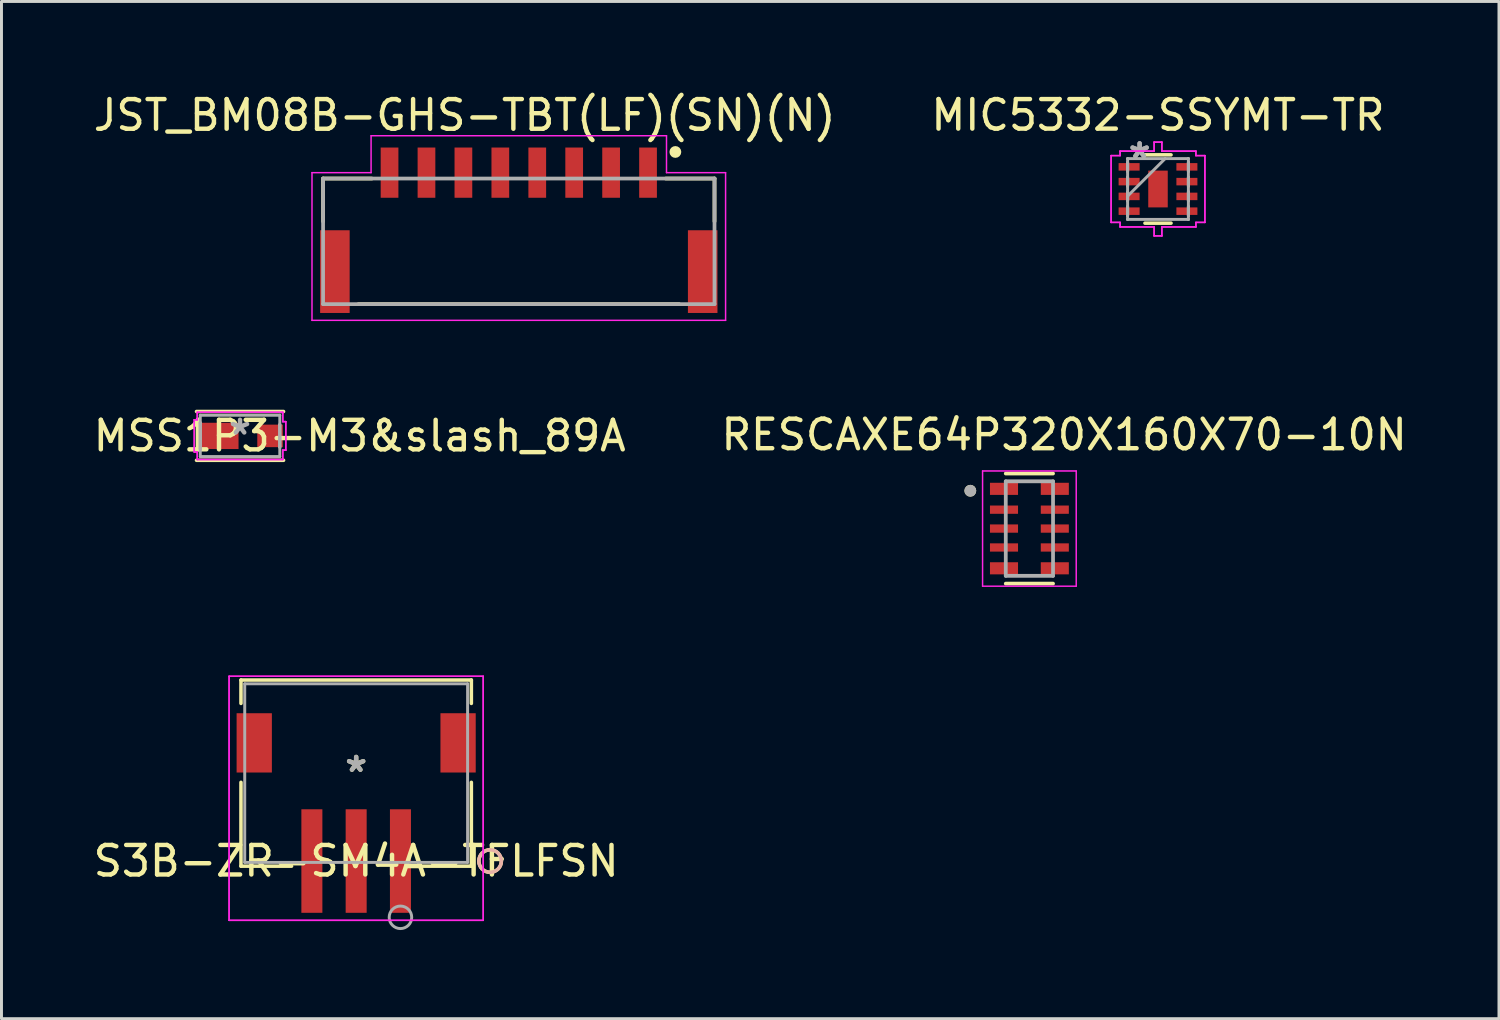
<source format=kicad_pcb>
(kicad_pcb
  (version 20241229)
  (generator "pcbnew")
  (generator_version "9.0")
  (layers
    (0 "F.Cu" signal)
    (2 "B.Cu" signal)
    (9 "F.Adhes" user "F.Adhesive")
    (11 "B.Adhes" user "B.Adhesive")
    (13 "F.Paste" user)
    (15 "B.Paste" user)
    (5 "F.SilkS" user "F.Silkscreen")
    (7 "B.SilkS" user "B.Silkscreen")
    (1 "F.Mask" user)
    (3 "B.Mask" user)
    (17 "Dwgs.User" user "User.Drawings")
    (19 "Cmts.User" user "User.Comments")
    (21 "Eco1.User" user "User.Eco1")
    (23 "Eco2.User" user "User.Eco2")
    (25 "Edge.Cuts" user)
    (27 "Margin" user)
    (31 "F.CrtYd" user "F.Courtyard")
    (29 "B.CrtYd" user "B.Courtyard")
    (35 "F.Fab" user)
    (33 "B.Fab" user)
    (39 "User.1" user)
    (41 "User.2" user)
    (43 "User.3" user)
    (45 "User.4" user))
  (footprint "RESCAXE64P320X160X70-10N"
    (layer "F.Cu")
    (at 31.795 14.842)
    (property "Reference" "RESCAXE64P320X160X70-10N" (at 1.175 -3.175 0) (layer "F.SilkS") (effects (font (size 1 1) (thickness 0.15))))
    (attr through_hole)
    (fp_line (start -0.8 1.863) (end 0.8 1.863) (stroke (width 0.127) (type solid)) (layer "F.SilkS"))
    (fp_line (start 0.8 -1.863) (end -0.8 -1.863) (stroke (width 0.127) (type solid)) (layer "F.SilkS"))
    (fp_circle (center -2 -1.28) (end -1.9 -1.28) (stroke (width 0.2) (type solid)) (fill no) (layer "F.SilkS"))
    (fp_line (start -1.585 -1.95) (end -1.585 1.95) (stroke (width 0.05) (type solid)) (layer "F.CrtYd"))
    (fp_line (start -1.585 1.95) (end 1.585 1.95) (stroke (width 0.05) (type solid)) (layer "F.CrtYd"))
    (fp_line (start 1.585 -1.95) (end -1.585 -1.95) (stroke (width 0.05) (type solid)) (layer "F.CrtYd"))
    (fp_line (start 1.585 1.95) (end 1.585 -1.95) (stroke (width 0.05) (type solid)) (layer "F.CrtYd"))
    (fp_line (start -0.8 -1.6) (end -0.8 1.6) (stroke (width 0.127) (type solid)) (layer "F.Fab"))
    (fp_line (start -0.8 1.6) (end 0.8 1.6) (stroke (width 0.127) (type solid)) (layer "F.Fab"))
    (fp_line (start 0.8 -1.6) (end -0.8 -1.6) (stroke (width 0.127) (type solid)) (layer "F.Fab"))
    (fp_line (start 0.8 1.6) (end 0.8 -1.6) (stroke (width 0.127) (type solid)) (layer "F.Fab"))
    (fp_circle (center -2 -1.28) (end -1.9 -1.28) (stroke (width 0.2) (type solid)) (fill no) (layer "F.Fab"))
    (pad "1" smd rect (at -0.86 -1.345) (size 0.95 0.41) (layers "F.Cu" "F.Mask" "F.Paste"))
    (pad "2" smd rect (at -0.86 -0.64) (size 0.95 0.28) (layers "F.Cu" "F.Mask" "F.Paste"))
    (pad "3" smd rect (at -0.86 0) (size 0.95 0.28) (layers "F.Cu" "F.Mask" "F.Paste"))
    (pad "4" smd rect (at -0.86 0.64) (size 0.95 0.28) (layers "F.Cu" "F.Mask" "F.Paste"))
    (pad "5" smd rect (at -0.86 1.345) (size 0.95 0.41) (layers "F.Cu" "F.Mask" "F.Paste"))
    (pad "6" smd rect (at 0.86 1.345 180) (size 0.95 0.41) (layers "F.Cu" "F.Mask" "F.Paste"))
    (pad "7" smd rect (at 0.86 0.64 180) (size 0.95 0.28) (layers "F.Cu" "F.Mask" "F.Paste"))
    (pad "8" smd rect (at 0.86 0 180) (size 0.95 0.28) (layers "F.Cu" "F.Mask" "F.Paste"))
    (pad "9" smd rect (at 0.86 -0.64 180) (size 0.95 0.28) (layers "F.Cu" "F.Mask" "F.Paste"))
    (pad "10" smd rect (at 0.86 -1.345 180) (size 0.95 0.41) (layers "F.Cu" "F.Mask" "F.Paste")))
  (footprint "S3B-ZR-SM4A-TFLFSN"
    (layer "F.Cu")
    (at 9.006 23.119)
    (property "Reference" "S3B-ZR-SM4A-TFLFSN" (at 0 2.977 0) (layer "F.SilkS") (effects (font (size 1 1) (thickness 0.15))))
    (attr through_hole)
    (fp_line (start -3.899 -3.15) (end -3.899 -2.359) (stroke (width 0.12) (type solid)) (layer "F.SilkS"))
    (fp_line (start -3.899 0.313) (end -3.899 3.15) (stroke (width 0.12) (type solid)) (layer "F.SilkS"))
    (fp_line (start -3.899 3.15) (end -2.187 3.15) (stroke (width 0.12) (type solid)) (layer "F.SilkS"))
    (fp_line (start 2.187 3.15) (end 3.899 3.15) (stroke (width 0.12) (type solid)) (layer "F.SilkS"))
    (fp_line (start 3.899 -3.15) (end -3.899 -3.15) (stroke (width 0.12) (type solid)) (layer "F.SilkS"))
    (fp_line (start 3.899 -2.359) (end 3.899 -3.15) (stroke (width 0.12) (type solid)) (layer "F.SilkS"))
    (fp_line (start 3.899 3.15) (end 3.899 0.313) (stroke (width 0.12) (type solid)) (layer "F.SilkS"))
    (fp_circle (center 4.534 2.977) (end 4.915 2.977) (stroke (width 0.12) (type solid)) (fill no) (layer "F.SilkS"))
    (fp_circle (center 4.534 2.977) (end 4.915 2.977) (stroke (width 0.12) (type solid)) (fill no) (layer "B.SilkS"))
    (fp_line (start -4.301 -3.277) (end -4.301 4.984) (stroke (width 0.05) (type solid)) (layer "F.CrtYd"))
    (fp_line (start -4.301 -3.277) (end -4.301 4.984) (stroke (width 0.05) (type solid)) (layer "F.CrtYd"))
    (fp_line (start -4.301 4.984) (end 4.301 4.984) (stroke (width 0.05) (type solid)) (layer "F.CrtYd"))
    (fp_line (start -4.301 4.984) (end 4.301 4.984) (stroke (width 0.05) (type solid)) (layer "F.CrtYd"))
    (fp_line (start 4.301 -3.277) (end -4.301 -3.277) (stroke (width 0.05) (type solid)) (layer "F.CrtYd"))
    (fp_line (start 4.301 -3.277) (end -4.301 -3.277) (stroke (width 0.05) (type solid)) (layer "F.CrtYd"))
    (fp_line (start 4.301 4.984) (end 4.301 -3.277) (stroke (width 0.05) (type solid)) (layer "F.CrtYd"))
    (fp_line (start 4.301 4.984) (end 4.301 -3.277) (stroke (width 0.05) (type solid)) (layer "F.CrtYd"))
    (fp_line (start -3.772 -3.023) (end -3.772 3.023) (stroke (width 0.1) (type solid)) (layer "F.Fab"))
    (fp_line (start -3.772 3.023) (end 3.772 3.023) (stroke (width 0.1) (type solid)) (layer "F.Fab"))
    (fp_line (start 3.772 -3.023) (end -3.772 -3.023) (stroke (width 0.1) (type solid)) (layer "F.Fab"))
    (fp_line (start 3.772 3.023) (end 3.772 -3.023) (stroke (width 0.1) (type solid)) (layer "F.Fab"))
    (fp_circle (center 1.499 4.882) (end 1.88 4.882) (stroke (width 0.1) (type solid)) (fill no) (layer "F.Fab"))
    (fp_text user "*" (at 0 0 0) (layer "F.SilkS") (effects (font (size 1 1) (thickness 0.15))))
    (fp_text user "*" (at 0 0 0) (layer "F.Fab") (effects (font (size 1 1) (thickness 0.15))))
    (pad "1" smd rect (at 1.499 2.977) (size 0.711 3.505) (layers "F.Cu" "F.Mask" "F.Paste"))
    (pad "2" smd rect (at 0 2.977) (size 0.711 3.505) (layers "F.Cu" "F.Mask" "F.Paste"))
    (pad "3" smd rect (at -1.499 2.977) (size 0.711 3.505) (layers "F.Cu" "F.Mask" "F.Paste"))
    (pad "4" smd rect (at -3.45 -1.023) (size 1.194 2.007) (layers "F.Cu" "F.Mask" "F.Paste"))
    (pad "5" smd rect (at 3.45 -1.023) (size 1.194 2.007) (layers "F.Cu" "F.Mask" "F.Paste")))
  (footprint "MSS1P3-M3&slash_89A"
    (layer "F.Cu")
    (at 5.075 11.705)
    (property "Reference" "MSS1P3-M3&slash_89A" (at 4.05 0 0) (layer "F.SilkS") (effects (font (size 1 1) (thickness 0.15))))
    (attr through_hole)
    (fp_line (start -1.473 0.826) (end 1.473 0.826) (stroke (width 0.12) (type solid)) (layer "F.SilkS"))
    (fp_line (start 1.473 -0.826) (end -1.473 -0.826) (stroke (width 0.12) (type solid)) (layer "F.SilkS"))
    (fp_line (start -1.549 -0.546) (end -1.448 -0.546) (stroke (width 0.05) (type solid)) (layer "F.CrtYd"))
    (fp_line (start -1.549 -0.546) (end -1.448 -0.546) (stroke (width 0.05) (type solid)) (layer "F.CrtYd"))
    (fp_line (start -1.549 0.546) (end -1.549 -0.546) (stroke (width 0.05) (type solid)) (layer "F.CrtYd"))
    (fp_line (start -1.549 0.546) (end -1.549 -0.546) (stroke (width 0.05) (type solid)) (layer "F.CrtYd"))
    (fp_line (start -1.448 -0.8) (end 1.448 -0.8) (stroke (width 0.05) (type solid)) (layer "F.CrtYd"))
    (fp_line (start -1.448 -0.8) (end 1.448 -0.8) (stroke (width 0.05) (type solid)) (layer "F.CrtYd"))
    (fp_line (start -1.448 -0.546) (end -1.448 -0.8) (stroke (width 0.05) (type solid)) (layer "F.CrtYd"))
    (fp_line (start -1.448 -0.546) (end -1.448 -0.8) (stroke (width 0.05) (type solid)) (layer "F.CrtYd"))
    (fp_line (start -1.448 0.546) (end -1.549 0.546) (stroke (width 0.05) (type solid)) (layer "F.CrtYd"))
    (fp_line (start -1.448 0.546) (end -1.549 0.546) (stroke (width 0.05) (type solid)) (layer "F.CrtYd"))
    (fp_line (start -1.448 0.8) (end -1.448 0.546) (stroke (width 0.05) (type solid)) (layer "F.CrtYd"))
    (fp_line (start -1.448 0.8) (end -1.448 0.546) (stroke (width 0.05) (type solid)) (layer "F.CrtYd"))
    (fp_line (start 1.448 -0.8) (end 1.448 -0.483) (stroke (width 0.05) (type solid)) (layer "F.CrtYd"))
    (fp_line (start 1.448 -0.8) (end 1.448 -0.483) (stroke (width 0.05) (type solid)) (layer "F.CrtYd"))
    (fp_line (start 1.448 -0.483) (end 1.549 -0.483) (stroke (width 0.05) (type solid)) (layer "F.CrtYd"))
    (fp_line (start 1.448 -0.483) (end 1.549 -0.483) (stroke (width 0.05) (type solid)) (layer "F.CrtYd"))
    (fp_line (start 1.448 0.483) (end 1.448 0.8) (stroke (width 0.05) (type solid)) (layer "F.CrtYd"))
    (fp_line (start 1.448 0.483) (end 1.448 0.8) (stroke (width 0.05) (type solid)) (layer "F.CrtYd"))
    (fp_line (start 1.448 0.8) (end -1.448 0.8) (stroke (width 0.05) (type solid)) (layer "F.CrtYd"))
    (fp_line (start 1.448 0.8) (end -1.448 0.8) (stroke (width 0.05) (type solid)) (layer "F.CrtYd"))
    (fp_line (start 1.549 -0.483) (end 1.549 0.483) (stroke (width 0.05) (type solid)) (layer "F.CrtYd"))
    (fp_line (start 1.549 -0.483) (end 1.549 0.483) (stroke (width 0.05) (type solid)) (layer "F.CrtYd"))
    (fp_line (start 1.549 0.483) (end 1.448 0.483) (stroke (width 0.05) (type solid)) (layer "F.CrtYd"))
    (fp_line (start 1.549 0.483) (end 1.448 0.483) (stroke (width 0.05) (type solid)) (layer "F.CrtYd"))
    (fp_line (start -1.346 -0.699) (end -1.346 0.699) (stroke (width 0.1) (type solid)) (layer "F.Fab"))
    (fp_line (start -1.346 -0.445) (end -1.346 -0.445) (stroke (width 0.1) (type solid)) (layer "F.Fab"))
    (fp_line (start -1.346 -0.445) (end -1.346 0.445) (stroke (width 0.1) (type solid)) (layer "F.Fab"))
    (fp_line (start -1.346 0.445) (end -1.346 -0.445) (stroke (width 0.1) (type solid)) (layer "F.Fab"))
    (fp_line (start -1.346 0.445) (end -1.346 0.445) (stroke (width 0.1) (type solid)) (layer "F.Fab"))
    (fp_line (start -1.346 0.699) (end 1.346 0.699) (stroke (width 0.1) (type solid)) (layer "F.Fab"))
    (fp_line (start 1.346 -0.699) (end -1.346 -0.699) (stroke (width 0.1) (type solid)) (layer "F.Fab"))
    (fp_line (start 1.346 -0.381) (end 1.346 -0.381) (stroke (width 0.1) (type solid)) (layer "F.Fab"))
    (fp_line (start 1.346 -0.381) (end 1.346 0.381) (stroke (width 0.1) (type solid)) (layer "F.Fab"))
    (fp_line (start 1.346 0.381) (end 1.346 -0.381) (stroke (width 0.1) (type solid)) (layer "F.Fab"))
    (fp_line (start 1.346 0.381) (end 1.346 0.381) (stroke (width 0.1) (type solid)) (layer "F.Fab"))
    (fp_line (start 1.346 0.699) (end 1.346 -0.699) (stroke (width 0.1) (type solid)) (layer "F.Fab"))
    (fp_text user "*" (at 0 0 0) (layer "F.Fab") (effects (font (size 1 1) (thickness 0.15))))
    (pad "1" smd rect (at -0.749 0) (size 1.397 0.889) (layers "F.Cu" "F.Mask" "F.Paste"))
    (pad "2" smd rect (at 1.016 0) (size 0.864 0.762) (layers "F.Cu" "F.Mask" "F.Paste")))
  (footprint "MIC5332-SSYMT-TR"
    (layer "F.Cu")
    (at 36.148 3.348)
    (property "Reference" "MIC5332-SSYMT-TR" (at 0 -2.5 0) (layer "F.SilkS") (effects (font (size 1 1) (thickness 0.15))))
    (attr through_hole)
    (fp_line (start -0.441 1.156) (end 0.441 1.156) (stroke (width 0.12) (type solid)) (layer "F.SilkS"))
    (fp_line (start 0.441 -1.156) (end -0.441 -1.156) (stroke (width 0.12) (type solid)) (layer "F.SilkS"))
    (fp_line (start -1.587 -1.131) (end -1.283 -1.131) (stroke (width 0.05) (type solid)) (layer "F.CrtYd"))
    (fp_line (start -1.587 -1.131) (end -1.283 -1.131) (stroke (width 0.05) (type solid)) (layer "F.CrtYd"))
    (fp_line (start -1.587 1.131) (end -1.587 -1.131) (stroke (width 0.05) (type solid)) (layer "F.CrtYd"))
    (fp_line (start -1.587 1.131) (end -1.587 -1.131) (stroke (width 0.05) (type solid)) (layer "F.CrtYd"))
    (fp_line (start -1.283 -1.283) (end -0.131 -1.283) (stroke (width 0.05) (type solid)) (layer "F.CrtYd"))
    (fp_line (start -1.283 -1.283) (end -0.131 -1.283) (stroke (width 0.05) (type solid)) (layer "F.CrtYd"))
    (fp_line (start -1.283 -1.131) (end -1.283 -1.283) (stroke (width 0.05) (type solid)) (layer "F.CrtYd"))
    (fp_line (start -1.283 -1.131) (end -1.283 -1.283) (stroke (width 0.05) (type solid)) (layer "F.CrtYd"))
    (fp_line (start -1.283 1.131) (end -1.587 1.131) (stroke (width 0.05) (type solid)) (layer "F.CrtYd"))
    (fp_line (start -1.283 1.131) (end -1.587 1.131) (stroke (width 0.05) (type solid)) (layer "F.CrtYd"))
    (fp_line (start -1.283 1.283) (end -1.283 1.131) (stroke (width 0.05) (type solid)) (layer "F.CrtYd"))
    (fp_line (start -1.283 1.283) (end -1.283 1.131) (stroke (width 0.05) (type solid)) (layer "F.CrtYd"))
    (fp_line (start -0.131 -1.587) (end 0.131 -1.587) (stroke (width 0.05) (type solid)) (layer "F.CrtYd"))
    (fp_line (start -0.131 -1.587) (end 0.131 -1.587) (stroke (width 0.05) (type solid)) (layer "F.CrtYd"))
    (fp_line (start -0.131 -1.283) (end -0.131 -1.587) (stroke (width 0.05) (type solid)) (layer "F.CrtYd"))
    (fp_line (start -0.131 -1.283) (end -0.131 -1.587) (stroke (width 0.05) (type solid)) (layer "F.CrtYd"))
    (fp_line (start -0.131 1.283) (end -1.283 1.283) (stroke (width 0.05) (type solid)) (layer "F.CrtYd"))
    (fp_line (start -0.131 1.283) (end -1.283 1.283) (stroke (width 0.05) (type solid)) (layer "F.CrtYd"))
    (fp_line (start -0.131 1.587) (end -0.131 1.283) (stroke (width 0.05) (type solid)) (layer "F.CrtYd"))
    (fp_line (start -0.131 1.587) (end -0.131 1.283) (stroke (width 0.05) (type solid)) (layer "F.CrtYd"))
    (fp_line (start 0.131 -1.587) (end 0.131 -1.283) (stroke (width 0.05) (type solid)) (layer "F.CrtYd"))
    (fp_line (start 0.131 -1.587) (end 0.131 -1.283) (stroke (width 0.05) (type solid)) (layer "F.CrtYd"))
    (fp_line (start 0.131 -1.283) (end 1.283 -1.283) (stroke (width 0.05) (type solid)) (layer "F.CrtYd"))
    (fp_line (start 0.131 -1.283) (end 1.283 -1.283) (stroke (width 0.05) (type solid)) (layer "F.CrtYd"))
    (fp_line (start 0.131 1.283) (end 0.131 1.587) (stroke (width 0.05) (type solid)) (layer "F.CrtYd"))
    (fp_line (start 0.131 1.283) (end 0.131 1.587) (stroke (width 0.05) (type solid)) (layer "F.CrtYd"))
    (fp_line (start 0.131 1.587) (end -0.131 1.587) (stroke (width 0.05) (type solid)) (layer "F.CrtYd"))
    (fp_line (start 0.131 1.587) (end -0.131 1.587) (stroke (width 0.05) (type solid)) (layer "F.CrtYd"))
    (fp_line (start 1.283 -1.283) (end 1.283 -1.131) (stroke (width 0.05) (type solid)) (layer "F.CrtYd"))
    (fp_line (start 1.283 -1.283) (end 1.283 -1.131) (stroke (width 0.05) (type solid)) (layer "F.CrtYd"))
    (fp_line (start 1.283 -1.131) (end 1.587 -1.131) (stroke (width 0.05) (type solid)) (layer "F.CrtYd"))
    (fp_line (start 1.283 -1.131) (end 1.587 -1.131) (stroke (width 0.05) (type solid)) (layer "F.CrtYd"))
    (fp_line (start 1.283 1.131) (end 1.283 1.283) (stroke (width 0.05) (type solid)) (layer "F.CrtYd"))
    (fp_line (start 1.283 1.131) (end 1.283 1.283) (stroke (width 0.05) (type solid)) (layer "F.CrtYd"))
    (fp_line (start 1.283 1.283) (end 0.131 1.283) (stroke (width 0.05) (type solid)) (layer "F.CrtYd"))
    (fp_line (start 1.283 1.283) (end 0.131 1.283) (stroke (width 0.05) (type solid)) (layer "F.CrtYd"))
    (fp_line (start 1.587 -1.131) (end 1.587 1.131) (stroke (width 0.05) (type solid)) (layer "F.CrtYd"))
    (fp_line (start 1.587 -1.131) (end 1.587 1.131) (stroke (width 0.05) (type solid)) (layer "F.CrtYd"))
    (fp_line (start 1.587 1.131) (end 1.283 1.131) (stroke (width 0.05) (type solid)) (layer "F.CrtYd"))
    (fp_line (start 1.587 1.131) (end 1.283 1.131) (stroke (width 0.05) (type solid)) (layer "F.CrtYd"))
    (fp_line (start -1.029 -1.029) (end -1.029 -1.029) (stroke (width 0.1) (type solid)) (layer "F.Fab"))
    (fp_line (start -1.029 -1.029) (end -1.029 1.029) (stroke (width 0.1) (type solid)) (layer "F.Fab"))
    (fp_line (start -1.029 -0.902) (end -1.029 -0.902) (stroke (width 0.1) (type solid)) (layer "F.Fab"))
    (fp_line (start -1.029 -0.902) (end -1.029 -0.598) (stroke (width 0.1) (type solid)) (layer "F.Fab"))
    (fp_line (start -1.029 -0.598) (end -1.029 -0.902) (stroke (width 0.1) (type solid)) (layer "F.Fab"))
    (fp_line (start -1.029 -0.598) (end -1.029 -0.598) (stroke (width 0.1) (type solid)) (layer "F.Fab"))
    (fp_line (start -1.029 -0.402) (end -1.029 -0.402) (stroke (width 0.1) (type solid)) (layer "F.Fab"))
    (fp_line (start -1.029 -0.402) (end -1.029 -0.098) (stroke (width 0.1) (type solid)) (layer "F.Fab"))
    (fp_line (start -1.029 -0.098) (end -1.029 -0.402) (stroke (width 0.1) (type solid)) (layer "F.Fab"))
    (fp_line (start -1.029 -0.098) (end -1.029 -0.098) (stroke (width 0.1) (type solid)) (layer "F.Fab"))
    (fp_line (start -1.029 0.098) (end -1.029 0.098) (stroke (width 0.1) (type solid)) (layer "F.Fab"))
    (fp_line (start -1.029 0.098) (end -1.029 0.402) (stroke (width 0.1) (type solid)) (layer "F.Fab"))
    (fp_line (start -1.029 0.241) (end 0.241 -1.029) (stroke (width 0.1) (type solid)) (layer "F.Fab"))
    (fp_line (start -1.029 0.402) (end -1.029 0.098) (stroke (width 0.1) (type solid)) (layer "F.Fab"))
    (fp_line (start -1.029 0.402) (end -1.029 0.402) (stroke (width 0.1) (type solid)) (layer "F.Fab"))
    (fp_line (start -1.029 0.598) (end -1.029 0.598) (stroke (width 0.1) (type solid)) (layer "F.Fab"))
    (fp_line (start -1.029 0.598) (end -1.029 0.902) (stroke (width 0.1) (type solid)) (layer "F.Fab"))
    (fp_line (start -1.029 0.902) (end -1.029 0.598) (stroke (width 0.1) (type solid)) (layer "F.Fab"))
    (fp_line (start -1.029 0.902) (end -1.029 0.902) (stroke (width 0.1) (type solid)) (layer "F.Fab"))
    (fp_line (start -1.029 1.029) (end -1.029 1.029) (stroke (width 0.1) (type solid)) (layer "F.Fab"))
    (fp_line (start -1.029 1.029) (end 1.029 1.029) (stroke (width 0.1) (type solid)) (layer "F.Fab"))
    (fp_line (start 1.029 -1.029) (end -1.029 -1.029) (stroke (width 0.1) (type solid)) (layer "F.Fab"))
    (fp_line (start 1.029 -1.029) (end 1.029 -1.029) (stroke (width 0.1) (type solid)) (layer "F.Fab"))
    (fp_line (start 1.029 -0.902) (end 1.029 -0.902) (stroke (width 0.1) (type solid)) (layer "F.Fab"))
    (fp_line (start 1.029 -0.902) (end 1.029 -0.598) (stroke (width 0.1) (type solid)) (layer "F.Fab"))
    (fp_line (start 1.029 -0.598) (end 1.029 -0.902) (stroke (width 0.1) (type solid)) (layer "F.Fab"))
    (fp_line (start 1.029 -0.598) (end 1.029 -0.598) (stroke (width 0.1) (type solid)) (layer "F.Fab"))
    (fp_line (start 1.029 -0.402) (end 1.029 -0.402) (stroke (width 0.1) (type solid)) (layer "F.Fab"))
    (fp_line (start 1.029 -0.402) (end 1.029 -0.098) (stroke (width 0.1) (type solid)) (layer "F.Fab"))
    (fp_line (start 1.029 -0.098) (end 1.029 -0.402) (stroke (width 0.1) (type solid)) (layer "F.Fab"))
    (fp_line (start 1.029 -0.098) (end 1.029 -0.098) (stroke (width 0.1) (type solid)) (layer "F.Fab"))
    (fp_line (start 1.029 0.098) (end 1.029 0.098) (stroke (width 0.1) (type solid)) (layer "F.Fab"))
    (fp_line (start 1.029 0.098) (end 1.029 0.402) (stroke (width 0.1) (type solid)) (layer "F.Fab"))
    (fp_line (start 1.029 0.402) (end 1.029 0.098) (stroke (width 0.1) (type solid)) (layer "F.Fab"))
    (fp_line (start 1.029 0.402) (end 1.029 0.402) (stroke (width 0.1) (type solid)) (layer "F.Fab"))
    (fp_line (start 1.029 0.598) (end 1.029 0.598) (stroke (width 0.1) (type solid)) (layer "F.Fab"))
    (fp_line (start 1.029 0.598) (end 1.029 0.902) (stroke (width 0.1) (type solid)) (layer "F.Fab"))
    (fp_line (start 1.029 0.902) (end 1.029 0.598) (stroke (width 0.1) (type solid)) (layer "F.Fab"))
    (fp_line (start 1.029 0.902) (end 1.029 0.902) (stroke (width 0.1) (type solid)) (layer "F.Fab"))
    (fp_line (start 1.029 1.029) (end 1.029 -1.029) (stroke (width 0.1) (type solid)) (layer "F.Fab"))
    (fp_line (start 1.029 1.029) (end 1.029 1.029) (stroke (width 0.1) (type solid)) (layer "F.Fab"))
    (fp_text user "*" (at -0.622 -1 0) (layer "F.Fab") (effects (font (size 1 1) (thickness 0.15))))
    (fp_text user "*" (at -0.622 -1 0) (layer "F.Fab") (effects (font (size 1 1) (thickness 0.15))))
    (pad "1" smd rect (at -0.978 -0.75 90) (size 0.254 0.711) (layers "F.Cu" "F.Mask" "F.Paste"))
    (pad "2" smd rect (at -0.978 -0.25 90) (size 0.254 0.711) (layers "F.Cu" "F.Mask" "F.Paste"))
    (pad "3" smd rect (at -0.978 0.25 90) (size 0.254 0.711) (layers "F.Cu" "F.Mask" "F.Paste"))
    (pad "4" smd rect (at -0.978 0.75 90) (size 0.254 0.711) (layers "F.Cu" "F.Mask" "F.Paste"))
    (pad "5" smd rect (at 0.978 0.75 90) (size 0.254 0.711) (layers "F.Cu" "F.Mask" "F.Paste"))
    (pad "6" smd rect (at 0.978 0.25 90) (size 0.254 0.711) (layers "F.Cu" "F.Mask" "F.Paste"))
    (pad "7" smd rect (at 0.978 -0.25 90) (size 0.254 0.711) (layers "F.Cu" "F.Mask" "F.Paste"))
    (pad "8" smd rect (at 0.978 -0.75 90) (size 0.254 0.711) (layers "F.Cu" "F.Mask" "F.Paste"))
    (pad "9" smd rect (at 0 0) (size 0.66 1.245) (layers "F.Cu" "F.Mask" "F.Paste")))
  (footprint "JST_BM08B-GHS-TBT(LF)(SN)(N)"
    (layer "F.Cu")
    (at 14.511 2.794)
    (property "Reference" "JST_BM08B-GHS-TBT(LF)(SN)(N)" (at -1.833 -1.943 0) (layer "F.SilkS") (effects (font (size 1.004 1.004) (thickness 0.15))))
    (attr through_hole)
    (fp_line (start -6.625 0.2) (end -4.975 0.2) (stroke (width 0.127) (type solid)) (layer "F.SilkS"))
    (fp_line (start -6.625 1.65) (end -6.625 0.2) (stroke (width 0.127) (type solid)) (layer "F.SilkS"))
    (fp_line (start -5.425 4.45) (end 5.425 4.45) (stroke (width 0.127) (type solid)) (layer "F.SilkS"))
    (fp_line (start 4.975 0.2) (end 6.625 0.2) (stroke (width 0.127) (type solid)) (layer "F.SilkS"))
    (fp_line (start 6.625 1.65) (end 6.625 0.2) (stroke (width 0.127) (type solid)) (layer "F.SilkS"))
    (fp_circle (center 5.3 -0.7) (end 5.4 -0.7) (stroke (width 0.2) (type solid)) (fill no) (layer "F.SilkS"))
    (fp_line (start -7 0) (end -7 5) (stroke (width 0.05) (type solid)) (layer "F.CrtYd"))
    (fp_line (start -7 5) (end 7 5) (stroke (width 0.05) (type solid)) (layer "F.CrtYd"))
    (fp_line (start -5 -1.25) (end -5 0) (stroke (width 0.05) (type solid)) (layer "F.CrtYd"))
    (fp_line (start -5 0) (end -7 0) (stroke (width 0.05) (type solid)) (layer "F.CrtYd"))
    (fp_line (start 5 -1.25) (end -5 -1.25) (stroke (width 0.05) (type solid)) (layer "F.CrtYd"))
    (fp_line (start 5 0) (end 5 -1.25) (stroke (width 0.05) (type solid)) (layer "F.CrtYd"))
    (fp_line (start 7 0) (end 5 0) (stroke (width 0.05) (type solid)) (layer "F.CrtYd"))
    (fp_line (start 7 5) (end 7 0) (stroke (width 0.05) (type solid)) (layer "F.CrtYd"))
    (fp_line (start -6.625 0.2) (end 6.625 0.2) (stroke (width 0.127) (type solid)) (layer "F.Fab"))
    (fp_line (start -6.625 4.45) (end -6.625 0.2) (stroke (width 0.127) (type solid)) (layer "F.Fab"))
    (fp_line (start 6.625 0.2) (end 6.625 4.45) (stroke (width 0.127) (type solid)) (layer "F.Fab"))
    (fp_line (start 6.625 4.45) (end -6.625 4.45) (stroke (width 0.127) (type solid)) (layer "F.Fab"))
    (pad "1" smd rect (at 4.375 0) (size 0.6 1.7) (layers "F.Cu" "F.Mask" "F.Paste"))
    (pad "2" smd rect (at 3.125 0) (size 0.6 1.7) (layers "F.Cu" "F.Mask" "F.Paste"))
    (pad "3" smd rect (at 1.875 0) (size 0.6 1.7) (layers "F.Cu" "F.Mask" "F.Paste"))
    (pad "4" smd rect (at 0.625 0) (size 0.6 1.7) (layers "F.Cu" "F.Mask" "F.Paste"))
    (pad "5" smd rect (at -0.625 0) (size 0.6 1.7) (layers "F.Cu" "F.Mask" "F.Paste"))
    (pad "6" smd rect (at -1.875 0) (size 0.6 1.7) (layers "F.Cu" "F.Mask" "F.Paste"))
    (pad "7" smd rect (at -3.125 0) (size 0.6 1.7) (layers "F.Cu" "F.Mask" "F.Paste"))
    (pad "8" smd rect (at -4.375 0) (size 0.6 1.7) (layers "F.Cu" "F.Mask" "F.Paste"))
    (pad "P1" smd rect (at -6.225 3.35) (size 1 2.8) (layers "F.Cu" "F.Mask" "F.Paste"))
    (pad "P2" smd rect (at 6.225 3.35) (size 1 2.8) (layers "F.Cu" "F.Mask" "F.Paste")))
  (gr_rect
    (start -3 -3)
    (end 47.69 31.432)
    (stroke (width 0.1) (type default))
    (fill no)
    (layer "Edge.Cuts")))
</source>
